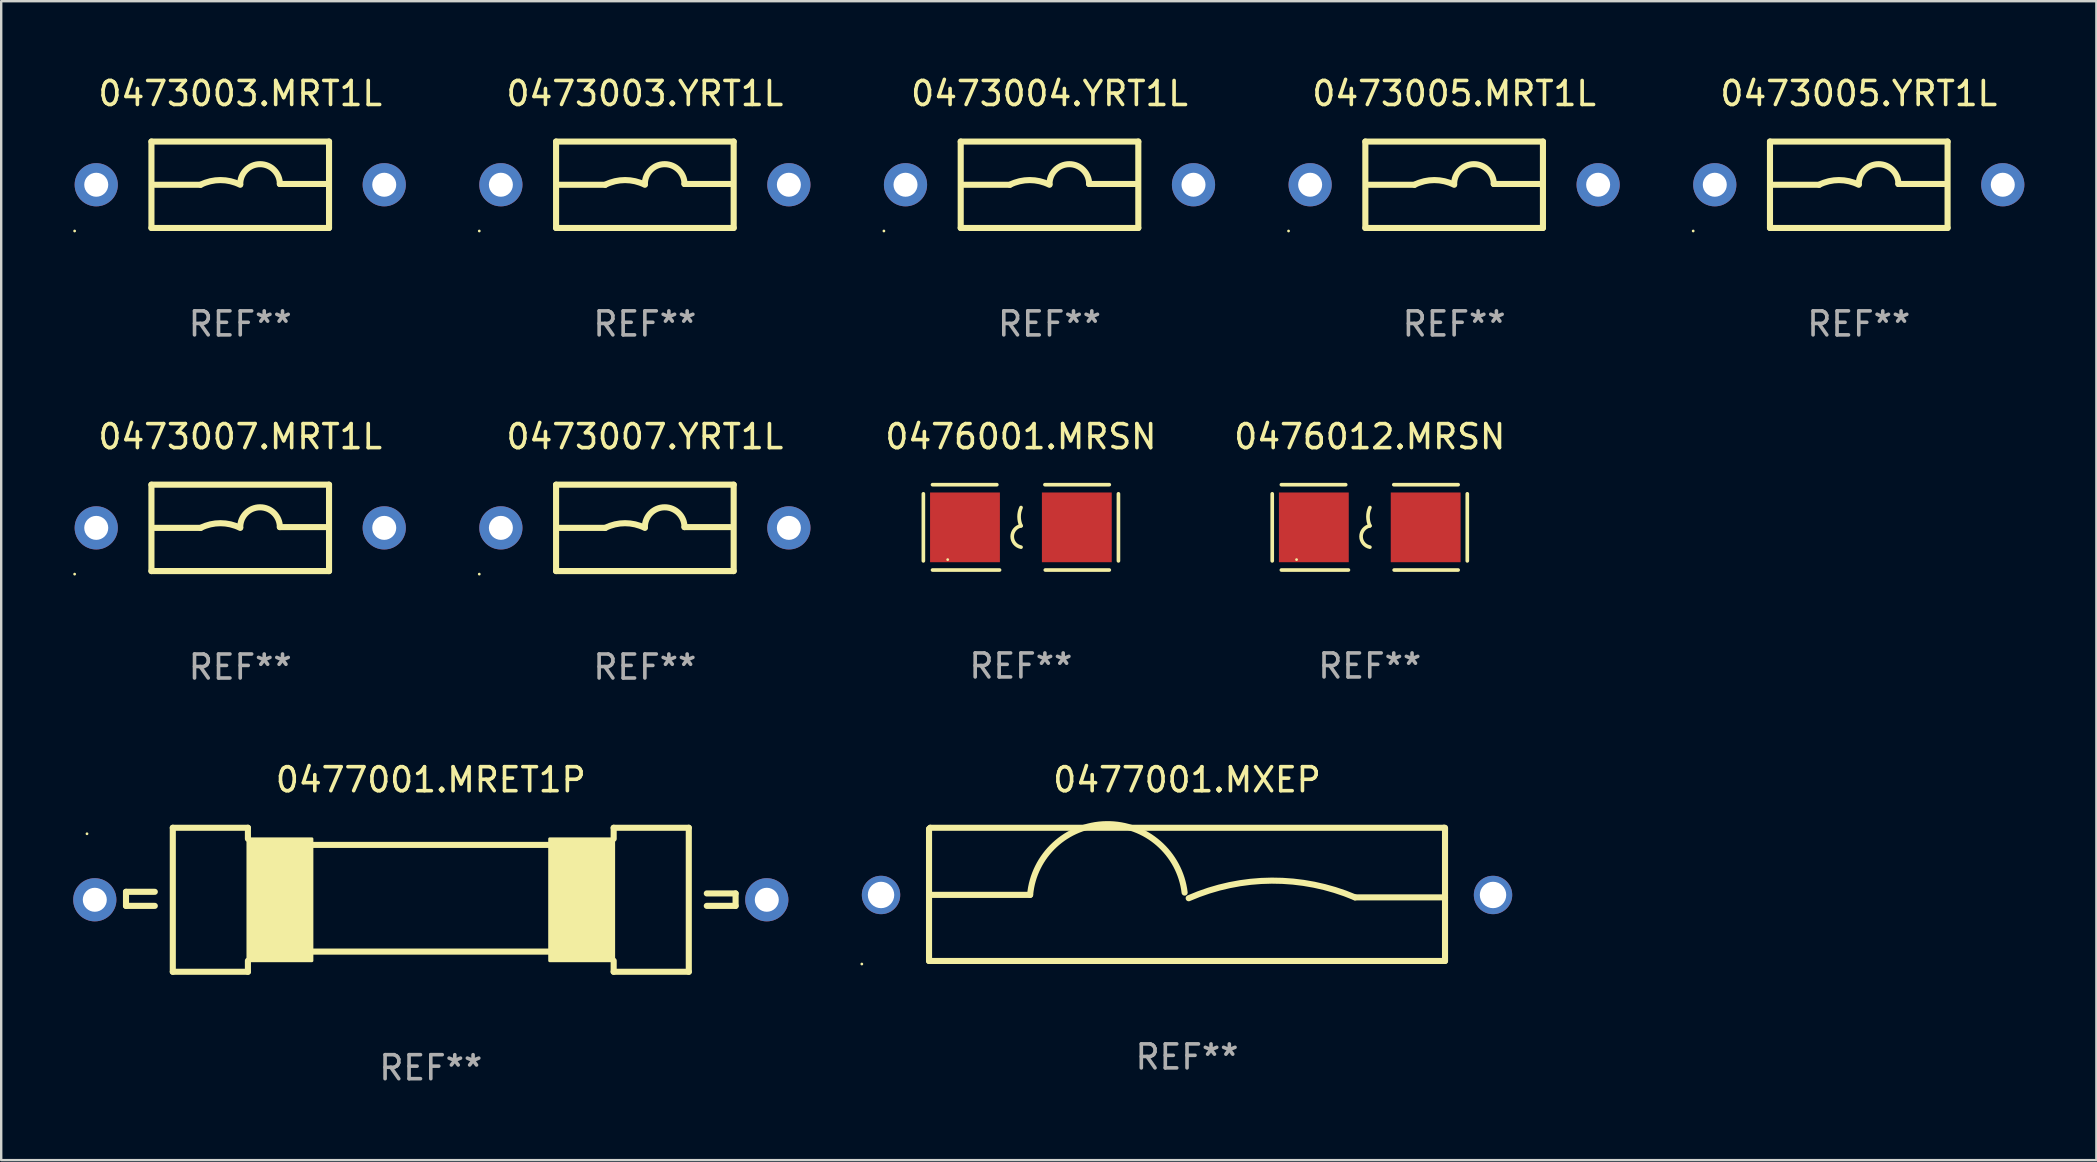
<source format=kicad_pcb>
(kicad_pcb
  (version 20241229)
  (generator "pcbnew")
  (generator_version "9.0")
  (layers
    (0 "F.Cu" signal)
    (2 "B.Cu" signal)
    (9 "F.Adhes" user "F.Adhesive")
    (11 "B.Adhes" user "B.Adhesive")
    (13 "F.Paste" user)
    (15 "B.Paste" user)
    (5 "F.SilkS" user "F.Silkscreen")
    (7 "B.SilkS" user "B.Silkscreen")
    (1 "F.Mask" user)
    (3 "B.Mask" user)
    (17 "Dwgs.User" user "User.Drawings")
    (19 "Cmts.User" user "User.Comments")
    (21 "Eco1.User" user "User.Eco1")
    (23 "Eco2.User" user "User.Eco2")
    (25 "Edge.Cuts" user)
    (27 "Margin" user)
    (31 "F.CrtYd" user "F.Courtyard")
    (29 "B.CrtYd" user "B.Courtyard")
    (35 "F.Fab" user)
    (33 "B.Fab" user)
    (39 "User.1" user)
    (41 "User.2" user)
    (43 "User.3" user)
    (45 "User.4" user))
  (footprint "0473007.MRT1L"
    (layer "F.Cu")
    (at 6.96 18.945)
    (property "Reference" "0473007.MRT1L" (at 0 -3.8 0) (layer "F.SilkS") (effects (font (size 1 1) (thickness 0.15))))
    (attr through_hole)
    (fp_line (start -3.7 -1.8) (end -3.7 1.8) (stroke (width 0.254) (type solid)) (layer "F.SilkS"))
    (fp_line (start -3.7 -1.8) (end 3.7 -1.8) (stroke (width 0.254) (type solid)) (layer "F.SilkS"))
    (fp_line (start -3.7 1.8) (end 3.7 1.8) (stroke (width 0.254) (type solid)) (layer "F.SilkS"))
    (fp_line (start -3.556 0) (end -1.651 0) (stroke (width 0.254) (type solid)) (layer "F.SilkS"))
    (fp_line (start 3.556 -0.032) (end 1.651 -0.032) (stroke (width 0.254) (type solid)) (layer "F.SilkS"))
    (fp_line (start 3.7 -1.8) (end 3.7 1.8) (stroke (width 0.254) (type solid)) (layer "F.SilkS"))
    (fp_arc (start -1.651003 0) (mid -0.825502 -0.194874) (end 0 0) (stroke (width 0.254001) (type solid)) (layer "F.SilkS"))
    (fp_arc (start 0.000025 -0.031699) (mid 0.825527 -0.857201) (end 1.651029 -0.031699) (stroke (width 0.254001) (type solid)) (layer "F.SilkS"))
    (fp_circle (center -6.9 1.927) (end -6.87 1.927) (stroke (width 0.06) (type solid)) (fill no) (layer "F.SilkS"))
    (fp_text user "REF**" (at 0 5.8 0) (layer "F.Fab") (effects (font (size 1 1) (thickness 0.15))))
    (pad "1" thru_hole circle (at -6 0) (size 1.8 1.8) (drill 1) (layers "*.Cu" "*.Mask"))
    (pad "2" thru_hole circle (at 6 0) (size 1.8 1.8) (drill 1) (layers "*.Cu" "*.Mask")))
  (footprint "0473003.YRT1L"
    (layer "F.Cu")
    (at 23.82 4.648)
    (property "Reference" "0473003.YRT1L" (at 0 -3.8 0) (layer "F.SilkS") (effects (font (size 1 1) (thickness 0.15))))
    (attr through_hole)
    (fp_line (start -3.7 -1.8) (end -3.7 1.8) (stroke (width 0.254) (type solid)) (layer "F.SilkS"))
    (fp_line (start -3.7 -1.8) (end 3.7 -1.8) (stroke (width 0.254) (type solid)) (layer "F.SilkS"))
    (fp_line (start -3.7 1.8) (end 3.7 1.8) (stroke (width 0.254) (type solid)) (layer "F.SilkS"))
    (fp_line (start -3.556 0) (end -1.651 0) (stroke (width 0.254) (type solid)) (layer "F.SilkS"))
    (fp_line (start 3.556 -0.032) (end 1.651 -0.032) (stroke (width 0.254) (type solid)) (layer "F.SilkS"))
    (fp_line (start 3.7 -1.8) (end 3.7 1.8) (stroke (width 0.254) (type solid)) (layer "F.SilkS"))
    (fp_arc (start -1.651003 0) (mid -0.825502 -0.194874) (end 0 0) (stroke (width 0.254001) (type solid)) (layer "F.SilkS"))
    (fp_arc (start 0.000025 -0.031699) (mid 0.825527 -0.857201) (end 1.651029 -0.031699) (stroke (width 0.254001) (type solid)) (layer "F.SilkS"))
    (fp_circle (center -6.9 1.927) (end -6.87 1.927) (stroke (width 0.06) (type solid)) (fill no) (layer "F.SilkS"))
    (fp_text user "REF**" (at 0 5.8 0) (layer "F.Fab") (effects (font (size 1 1) (thickness 0.15))))
    (pad "1" thru_hole circle (at -6 0) (size 1.8 1.8) (drill 1) (layers "*.Cu" "*.Mask"))
    (pad "2" thru_hole circle (at 6 0) (size 1.8 1.8) (drill 1) (layers "*.Cu" "*.Mask")))
  (footprint "0476001.MRSN"
    (layer "F.Cu")
    (at 39.488 18.923)
    (property "Reference" "0476001.MRSN" (at 0 -3.778 0) (layer "F.SilkS") (effects (font (size 1 1) (thickness 0.15))))
    (attr through_hole)
    (fp_line (start -4.064 -1.397) (end -4.064 1.397) (stroke (width 0.152) (type solid)) (layer "F.SilkS"))
    (fp_line (start -3.683 -1.778) (end -1.002 -1.778) (stroke (width 0.152) (type solid)) (layer "F.SilkS"))
    (fp_line (start -0.889 1.778) (end -3.683 1.778) (stroke (width 0.152) (type solid)) (layer "F.SilkS"))
    (fp_line (start 1.016 1.778) (end 3.683 1.778) (stroke (width 0.152) (type solid)) (layer "F.SilkS"))
    (fp_line (start 3.683 -1.778) (end 1.001 -1.778) (stroke (width 0.152) (type solid)) (layer "F.SilkS"))
    (fp_line (start 4.064 -1.397) (end 4.064 1.397) (stroke (width 0.152) (type solid)) (layer "F.SilkS"))
    (fp_arc (start 0.006045 -0.0635) (mid -0.075591 -0.444501) (end 0.006045 -0.825502) (stroke (width 0.151994) (type solid)) (layer "F.SilkS"))
    (fp_arc (start 0.006045 0.825502) (mid -0.361643 0.381001) (end 0.006045 -0.0635) (stroke (width 0.151994) (type solid)) (layer "F.SilkS"))
    (fp_circle (center -3.05 1.345) (end -3.02 1.345) (stroke (width 0.06) (type solid)) (fill no) (layer "F.SilkS"))
    (fp_text user "REF**" (at 0 5.778 0) (layer "F.Fab") (effects (font (size 1 1) (thickness 0.15))))
    (pad "1" smd rect (at -2.33 0) (size 2.91 2.905) (layers "F.Cu" "F.Mask" "F.Paste"))
    (pad "2" smd rect (at 2.33 0) (size 2.91 2.905) (layers "F.Cu" "F.Mask" "F.Paste")))
  (footprint "0473004.YRT1L"
    (layer "F.Cu")
    (at 40.68 4.648)
    (property "Reference" "0473004.YRT1L" (at 0 -3.8 0) (layer "F.SilkS") (effects (font (size 1 1) (thickness 0.15))))
    (attr through_hole)
    (fp_line (start -3.7 -1.8) (end -3.7 1.8) (stroke (width 0.254) (type solid)) (layer "F.SilkS"))
    (fp_line (start -3.7 -1.8) (end 3.7 -1.8) (stroke (width 0.254) (type solid)) (layer "F.SilkS"))
    (fp_line (start -3.7 1.8) (end 3.7 1.8) (stroke (width 0.254) (type solid)) (layer "F.SilkS"))
    (fp_line (start -3.556 0) (end -1.651 0) (stroke (width 0.254) (type solid)) (layer "F.SilkS"))
    (fp_line (start 3.556 -0.032) (end 1.651 -0.032) (stroke (width 0.254) (type solid)) (layer "F.SilkS"))
    (fp_line (start 3.7 -1.8) (end 3.7 1.8) (stroke (width 0.254) (type solid)) (layer "F.SilkS"))
    (fp_arc (start -1.651003 0) (mid -0.825502 -0.194874) (end 0 0) (stroke (width 0.254001) (type solid)) (layer "F.SilkS"))
    (fp_arc (start 0.000025 -0.031699) (mid 0.825527 -0.857201) (end 1.651029 -0.031699) (stroke (width 0.254001) (type solid)) (layer "F.SilkS"))
    (fp_circle (center -6.9 1.927) (end -6.87 1.927) (stroke (width 0.06) (type solid)) (fill no) (layer "F.SilkS"))
    (fp_text user "REF**" (at 0 5.8 0) (layer "F.Fab") (effects (font (size 1 1) (thickness 0.15))))
    (pad "1" thru_hole circle (at -6 0) (size 1.8 1.8) (drill 1) (layers "*.Cu" "*.Mask"))
    (pad "2" thru_hole circle (at 6 0) (size 1.8 1.8) (drill 1) (layers "*.Cu" "*.Mask")))
  (footprint "0473003.MRT1L"
    (layer "F.Cu")
    (at 6.96 4.648)
    (property "Reference" "0473003.MRT1L" (at 0 -3.8 0) (layer "F.SilkS") (effects (font (size 1 1) (thickness 0.15))))
    (attr through_hole)
    (fp_line (start -3.7 -1.8) (end -3.7 1.8) (stroke (width 0.254) (type solid)) (layer "F.SilkS"))
    (fp_line (start -3.7 -1.8) (end 3.7 -1.8) (stroke (width 0.254) (type solid)) (layer "F.SilkS"))
    (fp_line (start -3.7 1.8) (end 3.7 1.8) (stroke (width 0.254) (type solid)) (layer "F.SilkS"))
    (fp_line (start -3.556 0) (end -1.651 0) (stroke (width 0.254) (type solid)) (layer "F.SilkS"))
    (fp_line (start 3.556 -0.032) (end 1.651 -0.032) (stroke (width 0.254) (type solid)) (layer "F.SilkS"))
    (fp_line (start 3.7 -1.8) (end 3.7 1.8) (stroke (width 0.254) (type solid)) (layer "F.SilkS"))
    (fp_arc (start -1.651003 0) (mid -0.825502 -0.194874) (end 0 0) (stroke (width 0.254001) (type solid)) (layer "F.SilkS"))
    (fp_arc (start 0.000025 -0.031699) (mid 0.825527 -0.857201) (end 1.651029 -0.031699) (stroke (width 0.254001) (type solid)) (layer "F.SilkS"))
    (fp_circle (center -6.9 1.927) (end -6.87 1.927) (stroke (width 0.06) (type solid)) (fill no) (layer "F.SilkS"))
    (fp_text user "REF**" (at 0 5.8 0) (layer "F.Fab") (effects (font (size 1 1) (thickness 0.15))))
    (pad "1" thru_hole circle (at -6 0) (size 1.8 1.8) (drill 1) (layers "*.Cu" "*.Mask"))
    (pad "2" thru_hole circle (at 6 0) (size 1.8 1.8) (drill 1) (layers "*.Cu" "*.Mask")))
  (footprint "0477001.MRET1P"
    (layer "F.Cu")
    (at 14.9 34.441)
    (property "Reference" "0477001.MRET1P" (at 0 -5 0) (layer "F.SilkS") (effects (font (size 1 1) (thickness 0.15))))
    (attr through_hole)
    (fp_line (start -12.7 -0.332) (end -12.7 0.254) (stroke (width 0.254) (type solid)) (layer "F.SilkS"))
    (fp_line (start -12.7 0.254) (end -11.5 0.254) (stroke (width 0.254) (type solid)) (layer "F.SilkS"))
    (fp_line (start -11.5 -0.332) (end -12.7 -0.332) (stroke (width 0.254) (type solid)) (layer "F.SilkS"))
    (fp_line (start -10.75 -3) (end -10.75 3) (stroke (width 0.254) (type solid)) (layer "F.SilkS"))
    (fp_line (start -10.75 -3) (end -7.62 -3) (stroke (width 0.254) (type solid)) (layer "F.SilkS"))
    (fp_line (start -7.62 -2.54) (end -7.62 -3) (stroke (width 0.254) (type solid)) (layer "F.SilkS"))
    (fp_line (start -7.62 2.54) (end -7.62 3) (stroke (width 0.254) (type solid)) (layer "F.SilkS"))
    (fp_line (start -7.62 3) (end -10.75 3) (stroke (width 0.254) (type solid)) (layer "F.SilkS"))
    (fp_line (start -4.953 -2.286) (end 4.953 -2.286) (stroke (width 0.254) (type solid)) (layer "F.SilkS"))
    (fp_line (start -4.953 2.159) (end 4.953 2.159) (stroke (width 0.254) (type solid)) (layer "F.SilkS"))
    (fp_line (start 7.62 -3) (end 10.75 -3) (stroke (width 0.254) (type solid)) (layer "F.SilkS"))
    (fp_line (start 7.62 -2.54) (end 7.62 -3) (stroke (width 0.254) (type solid)) (layer "F.SilkS"))
    (fp_line (start 7.62 2.54) (end 7.62 3) (stroke (width 0.254) (type solid)) (layer "F.SilkS"))
    (fp_line (start 7.62 3) (end 10.75 3) (stroke (width 0.254) (type solid)) (layer "F.SilkS"))
    (fp_line (start 10.75 -3) (end 10.75 3) (stroke (width 0.254) (type solid)) (layer "F.SilkS"))
    (fp_line (start 11.5 -0.264) (end 12.7 -0.264) (stroke (width 0.254) (type solid)) (layer "F.SilkS"))
    (fp_line (start 12.7 -0.264) (end 12.7 0.254) (stroke (width 0.254) (type solid)) (layer "F.SilkS"))
    (fp_line (start 12.7 0.254) (end 11.5 0.254) (stroke (width 0.254) (type solid)) (layer "F.SilkS"))
    (fp_circle (center -14.325 -2.75) (end -14.295 -2.75) (stroke (width 0.06) (type solid)) (fill no) (layer "F.SilkS"))
    (fp_poly (pts (xy -7.62 -2.54) (xy -4.953 -2.54) (xy -4.953 2.54) (xy -7.62 2.54)) (stroke (width 0.12) (type solid)) (fill yes) (layer "F.SilkS"))
    (fp_poly (pts (xy 4.953 -2.54) (xy 7.62 -2.54) (xy 7.62 2.54) (xy 4.953 2.54)) (stroke (width 0.12) (type solid)) (fill yes) (layer "F.SilkS"))
    (fp_text user "REF**" (at 0 7 0) (layer "F.Fab") (effects (font (size 1 1) (thickness 0.15))))
    (pad "1" thru_hole circle (at -14 0) (size 1.8 1.8) (drill 1) (layers "*.Cu" "*.Mask"))
    (pad "2" thru_hole circle (at 14 0) (size 1.8 1.8) (drill 1) (layers "*.Cu" "*.Mask")))
  (footprint "0473005.MRT1L"
    (layer "F.Cu")
    (at 57.54 4.648)
    (property "Reference" "0473005.MRT1L" (at 0 -3.8 0) (layer "F.SilkS") (effects (font (size 1 1) (thickness 0.15))))
    (attr through_hole)
    (fp_line (start -3.7 -1.8) (end -3.7 1.8) (stroke (width 0.254) (type solid)) (layer "F.SilkS"))
    (fp_line (start -3.7 -1.8) (end 3.7 -1.8) (stroke (width 0.254) (type solid)) (layer "F.SilkS"))
    (fp_line (start -3.7 1.8) (end 3.7 1.8) (stroke (width 0.254) (type solid)) (layer "F.SilkS"))
    (fp_line (start -3.556 0) (end -1.651 0) (stroke (width 0.254) (type solid)) (layer "F.SilkS"))
    (fp_line (start 3.556 -0.032) (end 1.651 -0.032) (stroke (width 0.254) (type solid)) (layer "F.SilkS"))
    (fp_line (start 3.7 -1.8) (end 3.7 1.8) (stroke (width 0.254) (type solid)) (layer "F.SilkS"))
    (fp_arc (start -1.651003 0) (mid -0.825502 -0.194874) (end 0 0) (stroke (width 0.254001) (type solid)) (layer "F.SilkS"))
    (fp_arc (start 0.000025 -0.031699) (mid 0.825527 -0.857201) (end 1.651029 -0.031699) (stroke (width 0.254001) (type solid)) (layer "F.SilkS"))
    (fp_circle (center -6.9 1.927) (end -6.87 1.927) (stroke (width 0.06) (type solid)) (fill no) (layer "F.SilkS"))
    (fp_text user "REF**" (at 0 5.8 0) (layer "F.Fab") (effects (font (size 1 1) (thickness 0.15))))
    (pad "1" thru_hole circle (at -6 0) (size 1.8 1.8) (drill 1) (layers "*.Cu" "*.Mask"))
    (pad "2" thru_hole circle (at 6 0) (size 1.8 1.8) (drill 1) (layers "*.Cu" "*.Mask")))
  (footprint "0477001.MXEP"
    (layer "F.Cu")
    (at 46.41 34.216)
    (property "Reference" "0477001.MXEP" (at 0 -4.775 0) (layer "F.SilkS") (effects (font (size 1 1) (thickness 0.15))))
    (attr through_hole)
    (fp_line (start -10.75 -2.725) (end -10.7 -2.775) (stroke (width 0.254) (type solid)) (layer "F.SilkS"))
    (fp_line (start -10.75 2.775) (end -10.75 -2.725) (stroke (width 0.254) (type solid)) (layer "F.SilkS"))
    (fp_line (start -10.75 2.775) (end 10.75 2.775) (stroke (width 0.254) (type solid)) (layer "F.SilkS"))
    (fp_line (start -10.7 -2.775) (end 10.7 -2.775) (stroke (width 0.254) (type solid)) (layer "F.SilkS"))
    (fp_line (start -6.538 0.021) (end -10.75 0.021) (stroke (width 0.254) (type solid)) (layer "F.SilkS"))
    (fp_line (start 7 0.125) (end 10.75 0.125) (stroke (width 0.254) (type solid)) (layer "F.SilkS"))
    (fp_line (start 10.7 -2.775) (end 10.75 -2.725) (stroke (width 0.254) (type solid)) (layer "F.SilkS"))
    (fp_line (start 10.75 2.775) (end 10.75 -2.775) (stroke (width 0.254) (type solid)) (layer "F.SilkS"))
    (fp_arc (start -6.538277 0.020573) (mid -3.362163 -2.925392) (end -0.1 -0.075006) (stroke (width 0.254001) (type solid)) (layer "F.SilkS"))
    (fp_arc (start 0.069571 0.160528) (mid 3.531132 -0.572293) (end 7.000025 0.124994) (stroke (width 0.254001) (type solid)) (layer "F.SilkS"))
    (fp_circle (center -13.55 2.902) (end -13.52 2.902) (stroke (width 0.06) (type solid)) (fill no) (layer "F.SilkS"))
    (fp_text user "REF**" (at 0 6.775 0) (layer "F.Fab") (effects (font (size 1 1) (thickness 0.15))))
    (pad "1" thru_hole circle (at -12.75 0.025) (size 1.6 1.6) (drill 1.1) (layers "*.Cu" "*.Mask"))
    (pad "2" thru_hole circle (at 12.75 0.025) (size 1.6 1.6) (drill 1.1) (layers "*.Cu" "*.Mask")))
  (footprint "0473007.YRT1L"
    (layer "F.Cu")
    (at 23.82 18.945)
    (property "Reference" "0473007.YRT1L" (at 0 -3.8 0) (layer "F.SilkS") (effects (font (size 1 1) (thickness 0.15))))
    (attr through_hole)
    (fp_line (start -3.7 -1.8) (end -3.7 1.8) (stroke (width 0.254) (type solid)) (layer "F.SilkS"))
    (fp_line (start -3.7 -1.8) (end 3.7 -1.8) (stroke (width 0.254) (type solid)) (layer "F.SilkS"))
    (fp_line (start -3.7 1.8) (end 3.7 1.8) (stroke (width 0.254) (type solid)) (layer "F.SilkS"))
    (fp_line (start -3.556 0) (end -1.651 0) (stroke (width 0.254) (type solid)) (layer "F.SilkS"))
    (fp_line (start 3.556 -0.032) (end 1.651 -0.032) (stroke (width 0.254) (type solid)) (layer "F.SilkS"))
    (fp_line (start 3.7 -1.8) (end 3.7 1.8) (stroke (width 0.254) (type solid)) (layer "F.SilkS"))
    (fp_arc (start -1.651003 0) (mid -0.825502 -0.194874) (end 0 0) (stroke (width 0.254001) (type solid)) (layer "F.SilkS"))
    (fp_arc (start 0.000025 -0.031699) (mid 0.825527 -0.857201) (end 1.651029 -0.031699) (stroke (width 0.254001) (type solid)) (layer "F.SilkS"))
    (fp_circle (center -6.9 1.927) (end -6.87 1.927) (stroke (width 0.06) (type solid)) (fill no) (layer "F.SilkS"))
    (fp_text user "REF**" (at 0 5.8 0) (layer "F.Fab") (effects (font (size 1 1) (thickness 0.15))))
    (pad "1" thru_hole circle (at -6 0) (size 1.8 1.8) (drill 1) (layers "*.Cu" "*.Mask"))
    (pad "2" thru_hole circle (at 6 0) (size 1.8 1.8) (drill 1) (layers "*.Cu" "*.Mask")))
  (footprint "0476012.MRSN"
    (layer "F.Cu")
    (at 54.024 18.923)
    (property "Reference" "0476012.MRSN" (at 0 -3.778 0) (layer "F.SilkS") (effects (font (size 1 1) (thickness 0.15))))
    (attr through_hole)
    (fp_line (start -4.064 -1.397) (end -4.064 1.397) (stroke (width 0.152) (type solid)) (layer "F.SilkS"))
    (fp_line (start -3.683 -1.778) (end -1.002 -1.778) (stroke (width 0.152) (type solid)) (layer "F.SilkS"))
    (fp_line (start -0.889 1.778) (end -3.683 1.778) (stroke (width 0.152) (type solid)) (layer "F.SilkS"))
    (fp_line (start 1.016 1.778) (end 3.683 1.778) (stroke (width 0.152) (type solid)) (layer "F.SilkS"))
    (fp_line (start 3.683 -1.778) (end 1.001 -1.778) (stroke (width 0.152) (type solid)) (layer "F.SilkS"))
    (fp_line (start 4.064 -1.397) (end 4.064 1.397) (stroke (width 0.152) (type solid)) (layer "F.SilkS"))
    (fp_arc (start 0.006045 -0.0635) (mid -0.075591 -0.444501) (end 0.006045 -0.825502) (stroke (width 0.151994) (type solid)) (layer "F.SilkS"))
    (fp_arc (start 0.006045 0.825502) (mid -0.361643 0.381001) (end 0.006045 -0.0635) (stroke (width 0.151994) (type solid)) (layer "F.SilkS"))
    (fp_circle (center -3.05 1.345) (end -3.02 1.345) (stroke (width 0.06) (type solid)) (fill no) (layer "F.SilkS"))
    (fp_text user "REF**" (at 0 5.778 0) (layer "F.Fab") (effects (font (size 1 1) (thickness 0.15))))
    (pad "1" smd rect (at -2.33 0) (size 2.91 2.905) (layers "F.Cu" "F.Mask" "F.Paste"))
    (pad "2" smd rect (at 2.33 0) (size 2.91 2.905) (layers "F.Cu" "F.Mask" "F.Paste")))
  (footprint "0473005.YRT1L"
    (layer "F.Cu")
    (at 74.4 4.648)
    (property "Reference" "0473005.YRT1L" (at 0 -3.8 0) (layer "F.SilkS") (effects (font (size 1 1) (thickness 0.15))))
    (attr through_hole)
    (fp_line (start -3.7 -1.8) (end -3.7 1.8) (stroke (width 0.254) (type solid)) (layer "F.SilkS"))
    (fp_line (start -3.7 -1.8) (end 3.7 -1.8) (stroke (width 0.254) (type solid)) (layer "F.SilkS"))
    (fp_line (start -3.7 1.8) (end 3.7 1.8) (stroke (width 0.254) (type solid)) (layer "F.SilkS"))
    (fp_line (start -3.556 0) (end -1.651 0) (stroke (width 0.254) (type solid)) (layer "F.SilkS"))
    (fp_line (start 3.556 -0.032) (end 1.651 -0.032) (stroke (width 0.254) (type solid)) (layer "F.SilkS"))
    (fp_line (start 3.7 -1.8) (end 3.7 1.8) (stroke (width 0.254) (type solid)) (layer "F.SilkS"))
    (fp_arc (start -1.651003 0) (mid -0.825502 -0.194874) (end 0 0) (stroke (width 0.254001) (type solid)) (layer "F.SilkS"))
    (fp_arc (start 0.000025 -0.031699) (mid 0.825527 -0.857201) (end 1.651029 -0.031699) (stroke (width 0.254001) (type solid)) (layer "F.SilkS"))
    (fp_circle (center -6.9 1.927) (end -6.87 1.927) (stroke (width 0.06) (type solid)) (fill no) (layer "F.SilkS"))
    (fp_text user "REF**" (at 0 5.8 0) (layer "F.Fab") (effects (font (size 1 1) (thickness 0.15))))
    (pad "1" thru_hole circle (at -6 0) (size 1.8 1.8) (drill 1) (layers "*.Cu" "*.Mask"))
    (pad "2" thru_hole circle (at 6 0) (size 1.8 1.8) (drill 1) (layers "*.Cu" "*.Mask")))
  (gr_rect
    (start -3 -3)
    (end 84.3 45.29)
    (stroke (width 0.1) (type default))
    (fill no)
    (layer "Edge.Cuts")))
</source>
